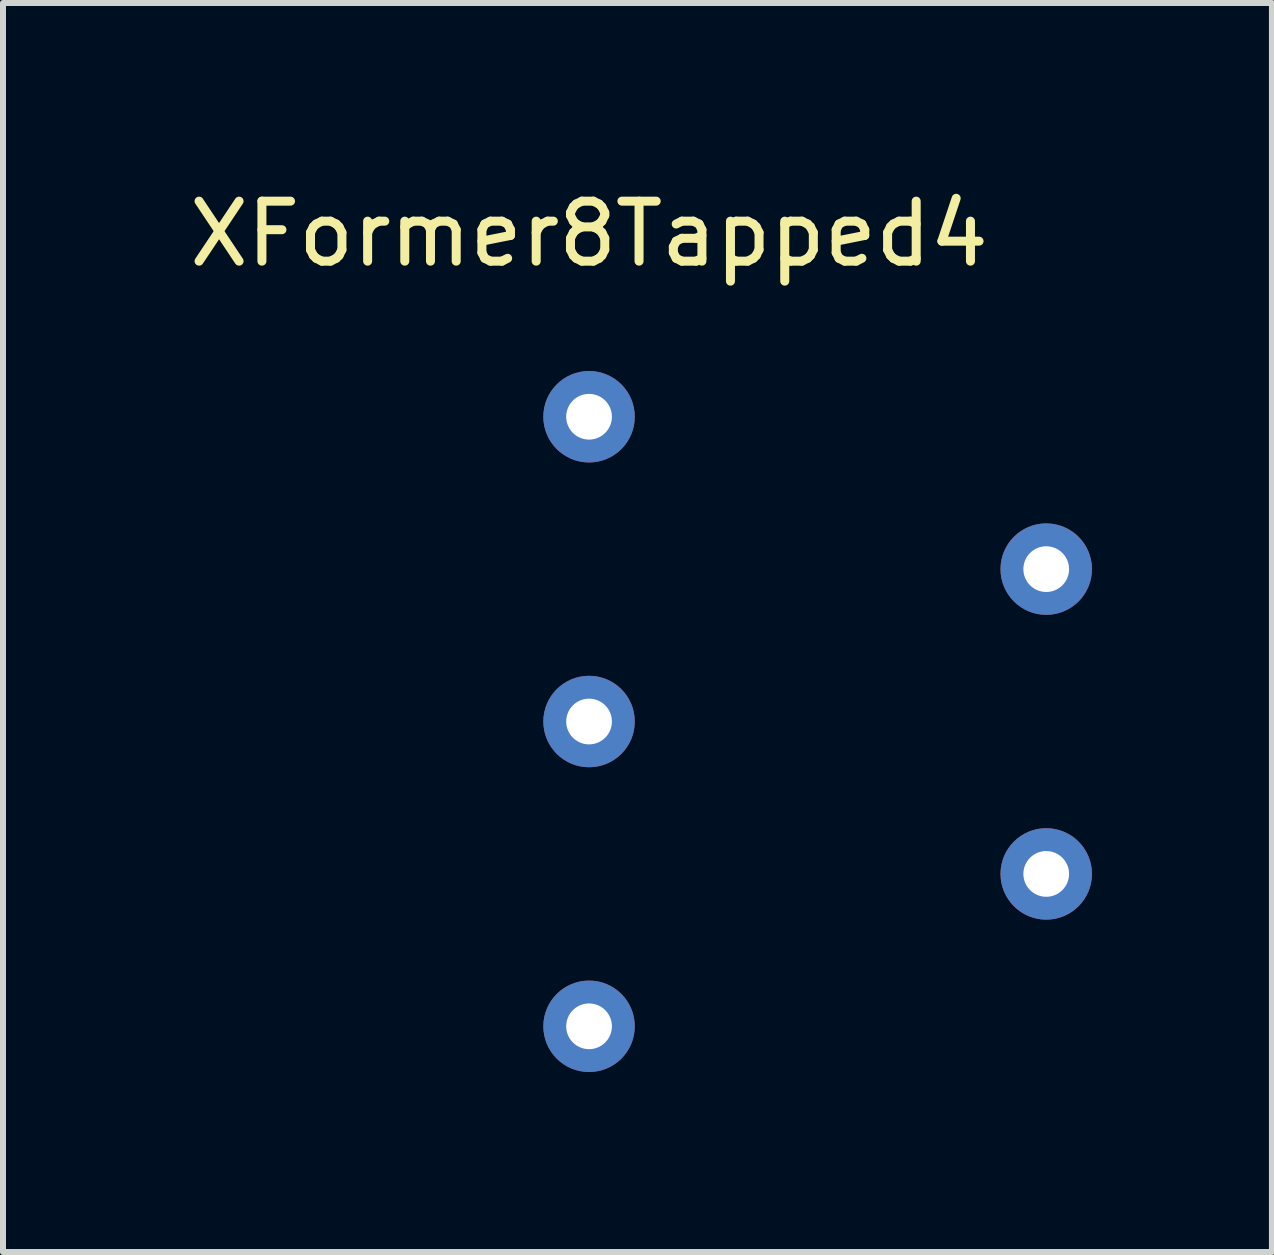
<source format=kicad_pcb>
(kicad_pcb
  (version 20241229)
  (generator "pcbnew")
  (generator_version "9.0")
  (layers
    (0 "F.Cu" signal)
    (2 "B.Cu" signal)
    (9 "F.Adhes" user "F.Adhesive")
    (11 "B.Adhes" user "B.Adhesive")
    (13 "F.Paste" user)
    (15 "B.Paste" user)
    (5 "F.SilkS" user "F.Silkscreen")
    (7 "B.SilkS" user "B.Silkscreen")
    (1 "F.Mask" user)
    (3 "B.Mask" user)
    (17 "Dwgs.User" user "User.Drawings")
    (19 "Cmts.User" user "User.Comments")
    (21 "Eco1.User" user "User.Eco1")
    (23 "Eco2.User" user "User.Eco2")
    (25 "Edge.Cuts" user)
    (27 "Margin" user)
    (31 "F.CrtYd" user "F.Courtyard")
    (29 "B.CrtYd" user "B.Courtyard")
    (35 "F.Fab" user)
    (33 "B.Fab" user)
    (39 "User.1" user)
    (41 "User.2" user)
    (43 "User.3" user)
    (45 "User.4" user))
  (footprint "XFormer8Tapped4"
    (layer "F.Cu")
    (at 6.768 3.896)
    (property "Reference" "XFormer8Tapped4" (at 0 -3.048 0) (layer "F.SilkS") (effects (font (size 1 1) (thickness 0.15))))
    (attr through_hole)
    (pad "1" thru_hole circle (at 0 0) (size 1.524 1.524) (drill 0.762) (layers "*.Cu" "*.Mask"))
    (pad "2" thru_hole circle (at 0 5.08) (size 1.524 1.524) (drill 0.762) (layers "*.Cu" "*.Mask"))
    (pad "3" thru_hole circle (at 0 10.16) (size 1.524 1.524) (drill 0.762) (layers "*.Cu" "*.Mask"))
    (pad "4" thru_hole circle (at 7.62 7.62) (size 1.524 1.524) (drill 0.762) (layers "*.Cu" "*.Mask"))
    (pad "5" thru_hole circle (at 7.62 2.54) (size 1.524 1.524) (drill 0.762) (layers "*.Cu" "*.Mask")))
  (gr_rect
    (start -3 -3)
    (end 18.15 17.818)
    (stroke (width 0.1) (type default))
    (fill no)
    (layer "Edge.Cuts")))
</source>
